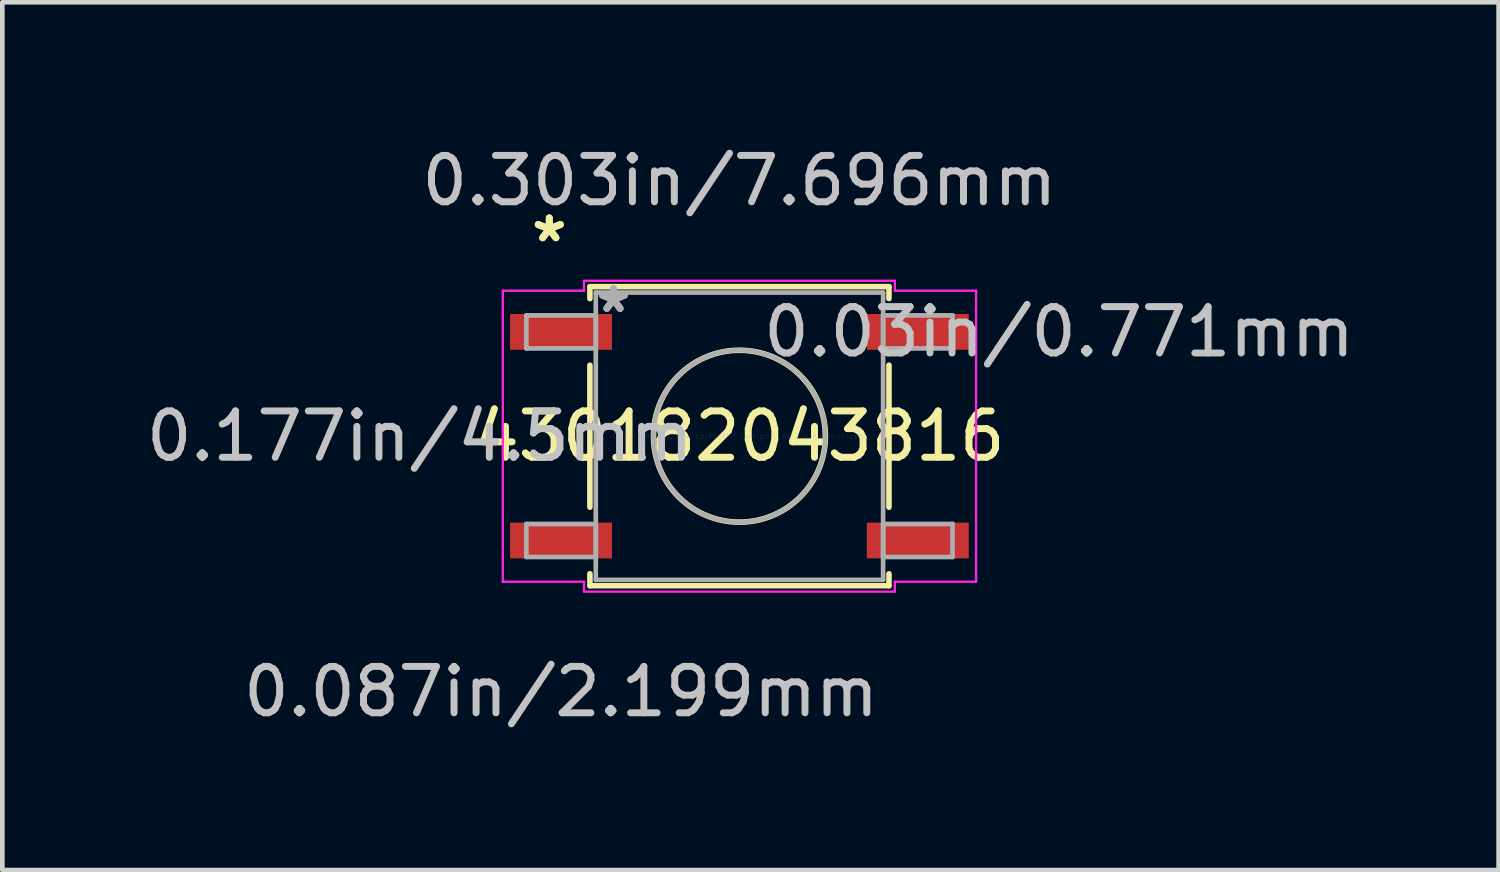
<source format=kicad_pcb>
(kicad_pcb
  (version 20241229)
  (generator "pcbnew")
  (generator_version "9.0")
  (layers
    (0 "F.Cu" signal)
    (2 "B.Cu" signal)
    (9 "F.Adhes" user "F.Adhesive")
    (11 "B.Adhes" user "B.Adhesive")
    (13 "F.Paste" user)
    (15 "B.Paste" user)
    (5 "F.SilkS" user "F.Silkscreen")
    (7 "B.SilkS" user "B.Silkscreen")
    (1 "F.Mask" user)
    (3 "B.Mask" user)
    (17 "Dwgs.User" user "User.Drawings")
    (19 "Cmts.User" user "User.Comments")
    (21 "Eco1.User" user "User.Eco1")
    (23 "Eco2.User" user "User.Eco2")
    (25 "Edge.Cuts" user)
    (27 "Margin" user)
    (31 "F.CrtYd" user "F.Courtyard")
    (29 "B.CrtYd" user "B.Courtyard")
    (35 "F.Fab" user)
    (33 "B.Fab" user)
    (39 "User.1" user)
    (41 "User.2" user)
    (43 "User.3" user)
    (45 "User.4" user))
  (footprint "430182043816"
    (layer "F.Cu")
    (at 12.902 6.36)
    (property "Reference" "430182043816" (at 0 0 0) (layer "F.SilkS") (effects (font (size 1 1) (thickness 0.15))))
    (attr through_hole)
    (fp_line (start -3.226 -3.226) (end -3.226 -2.968) (stroke (width 0.12) (type solid)) (layer "F.SilkS"))
    (fp_line (start -3.226 -1.532) (end -3.226 1.532) (stroke (width 0.12) (type solid)) (layer "F.SilkS"))
    (fp_line (start -3.226 2.968) (end -3.226 3.226) (stroke (width 0.12) (type solid)) (layer "F.SilkS"))
    (fp_line (start -3.226 3.226) (end 3.226 3.226) (stroke (width 0.12) (type solid)) (layer "F.SilkS"))
    (fp_line (start 3.226 -3.226) (end -3.226 -3.226) (stroke (width 0.12) (type solid)) (layer "F.SilkS"))
    (fp_line (start 3.226 -2.968) (end 3.226 -3.226) (stroke (width 0.12) (type solid)) (layer "F.SilkS"))
    (fp_line (start 3.226 1.532) (end 3.226 -1.532) (stroke (width 0.12) (type solid)) (layer "F.SilkS"))
    (fp_line (start 3.226 3.226) (end 3.226 2.968) (stroke (width 0.12) (type solid)) (layer "F.SilkS"))
    (fp_circle (center 0 0) (end 1.854 0) (stroke (width 0.12) (type solid)) (fill no) (layer "F.SilkS"))
    (fp_line (start -5.105 -3.139) (end -3.353 -3.139) (stroke (width 0.05) (type solid)) (layer "F.CrtYd"))
    (fp_line (start -5.105 3.139) (end -5.105 -3.139) (stroke (width 0.05) (type solid)) (layer "F.CrtYd"))
    (fp_line (start -3.353 -3.353) (end 3.353 -3.353) (stroke (width 0.05) (type solid)) (layer "F.CrtYd"))
    (fp_line (start -3.353 -3.139) (end -3.353 -3.353) (stroke (width 0.05) (type solid)) (layer "F.CrtYd"))
    (fp_line (start -3.353 3.139) (end -5.105 3.139) (stroke (width 0.05) (type solid)) (layer "F.CrtYd"))
    (fp_line (start -3.353 3.353) (end -3.353 3.139) (stroke (width 0.05) (type solid)) (layer "F.CrtYd"))
    (fp_line (start 3.353 -3.353) (end 3.353 -3.139) (stroke (width 0.05) (type solid)) (layer "F.CrtYd"))
    (fp_line (start 3.353 -3.139) (end 5.105 -3.139) (stroke (width 0.05) (type solid)) (layer "F.CrtYd"))
    (fp_line (start 3.353 3.139) (end 3.353 3.353) (stroke (width 0.05) (type solid)) (layer "F.CrtYd"))
    (fp_line (start 3.353 3.353) (end -3.353 3.353) (stroke (width 0.05) (type solid)) (layer "F.CrtYd"))
    (fp_line (start 5.105 -3.139) (end 5.105 3.139) (stroke (width 0.05) (type solid)) (layer "F.CrtYd"))
    (fp_line (start 5.105 3.139) (end 3.353 3.139) (stroke (width 0.05) (type solid)) (layer "F.CrtYd"))
    (fp_line (start -4.597 -2.606) (end -4.597 -1.894) (stroke (width 0.1) (type solid)) (layer "F.Fab"))
    (fp_line (start -4.597 -1.894) (end -3.099 -1.894) (stroke (width 0.1) (type solid)) (layer "F.Fab"))
    (fp_line (start -4.597 1.894) (end -4.597 2.606) (stroke (width 0.1) (type solid)) (layer "F.Fab"))
    (fp_line (start -4.597 2.606) (end -3.099 2.606) (stroke (width 0.1) (type solid)) (layer "F.Fab"))
    (fp_line (start -3.099 -3.099) (end -3.099 3.099) (stroke (width 0.1) (type solid)) (layer "F.Fab"))
    (fp_line (start -3.099 -2.606) (end -4.597 -2.606) (stroke (width 0.1) (type solid)) (layer "F.Fab"))
    (fp_line (start -3.099 -1.894) (end -3.099 -2.606) (stroke (width 0.1) (type solid)) (layer "F.Fab"))
    (fp_line (start -3.099 1.894) (end -4.597 1.894) (stroke (width 0.1) (type solid)) (layer "F.Fab"))
    (fp_line (start -3.099 2.606) (end -3.099 1.894) (stroke (width 0.1) (type solid)) (layer "F.Fab"))
    (fp_line (start -3.099 3.099) (end 3.099 3.099) (stroke (width 0.1) (type solid)) (layer "F.Fab"))
    (fp_line (start 3.099 -3.099) (end -3.099 -3.099) (stroke (width 0.1) (type solid)) (layer "F.Fab"))
    (fp_line (start 3.099 -2.606) (end 3.099 -1.894) (stroke (width 0.1) (type solid)) (layer "F.Fab"))
    (fp_line (start 3.099 -1.894) (end 4.597 -1.894) (stroke (width 0.1) (type solid)) (layer "F.Fab"))
    (fp_line (start 3.099 1.894) (end 3.099 2.606) (stroke (width 0.1) (type solid)) (layer "F.Fab"))
    (fp_line (start 3.099 2.606) (end 4.597 2.606) (stroke (width 0.1) (type solid)) (layer "F.Fab"))
    (fp_line (start 3.099 3.099) (end 3.099 -3.099) (stroke (width 0.1) (type solid)) (layer "F.Fab"))
    (fp_line (start 4.597 -2.606) (end 3.099 -2.606) (stroke (width 0.1) (type solid)) (layer "F.Fab"))
    (fp_line (start 4.597 -1.894) (end 4.597 -2.606) (stroke (width 0.1) (type solid)) (layer "F.Fab"))
    (fp_line (start 4.597 1.894) (end 3.099 1.894) (stroke (width 0.1) (type solid)) (layer "F.Fab"))
    (fp_line (start 4.597 2.606) (end 4.597 1.894) (stroke (width 0.1) (type solid)) (layer "F.Fab"))
    (fp_circle (center 0 0) (end 1.854 0) (stroke (width 0.1) (type solid)) (fill no) (layer "F.Fab"))
    (fp_text user "*" (at -4.102 -4.164 0) (layer "F.SilkS") (effects (font (size 1 1) (thickness 0.15))))
    (fp_text user "*" (at -4.102 -4.164 0) (layer "F.SilkS") (effects (font (size 1 1) (thickness 0.15))))
    (fp_text user "0.03in/0.771mm" (at 6.896 -2.25 0) (layer "Dwgs.User") (effects (font (size 1 1) (thickness 0.15))))
    (fp_text user "0.177in/4.5mm" (at -6.896 0 0) (layer "Dwgs.User") (effects (font (size 1 1) (thickness 0.15))))
    (fp_text user "0.303in/7.696mm" (at 0 -5.512 0) (layer "Dwgs.User") (effects (font (size 1 1) (thickness 0.15))))
    (fp_text user "0.087in/2.199mm" (at -3.848 5.512 0) (layer "Dwgs.User") (effects (font (size 1 1) (thickness 0.15))))
    (fp_text user "Copyright 2021 Accelerated Designs. All rights reserved." (at 0 0 0) (layer "Cmts.User") (effects (font (size 0.127 0.127) (thickness 0.002))))
    (fp_text user "*" (at -2.718 -2.64 0) (layer "F.Fab") (effects (font (size 1 1) (thickness 0.15))))
    (fp_text user "*" (at -2.718 -2.64 0) (layer "F.Fab") (effects (font (size 1 1) (thickness 0.15))))
    (pad "1" smd rect (at -3.848 -2.25) (size 2.199 0.771) (layers "F.Cu" "F.Mask" "F.Paste"))
    (pad "2" smd rect (at -3.848 2.25) (size 2.199 0.771) (layers "F.Cu" "F.Mask" "F.Paste"))
    (pad "3" smd rect (at 3.848 2.25) (size 2.199 0.771) (layers "F.Cu" "F.Mask" "F.Paste"))
    (pad "4" smd rect (at 3.848 -2.25) (size 2.199 0.771) (layers "F.Cu" "F.Mask" "F.Paste")))
  (gr_rect
    (start -3 -3)
    (end 29.28 15.72)
    (stroke (width 0.1) (type default))
    (fill no)
    (layer "Edge.Cuts")))
</source>
